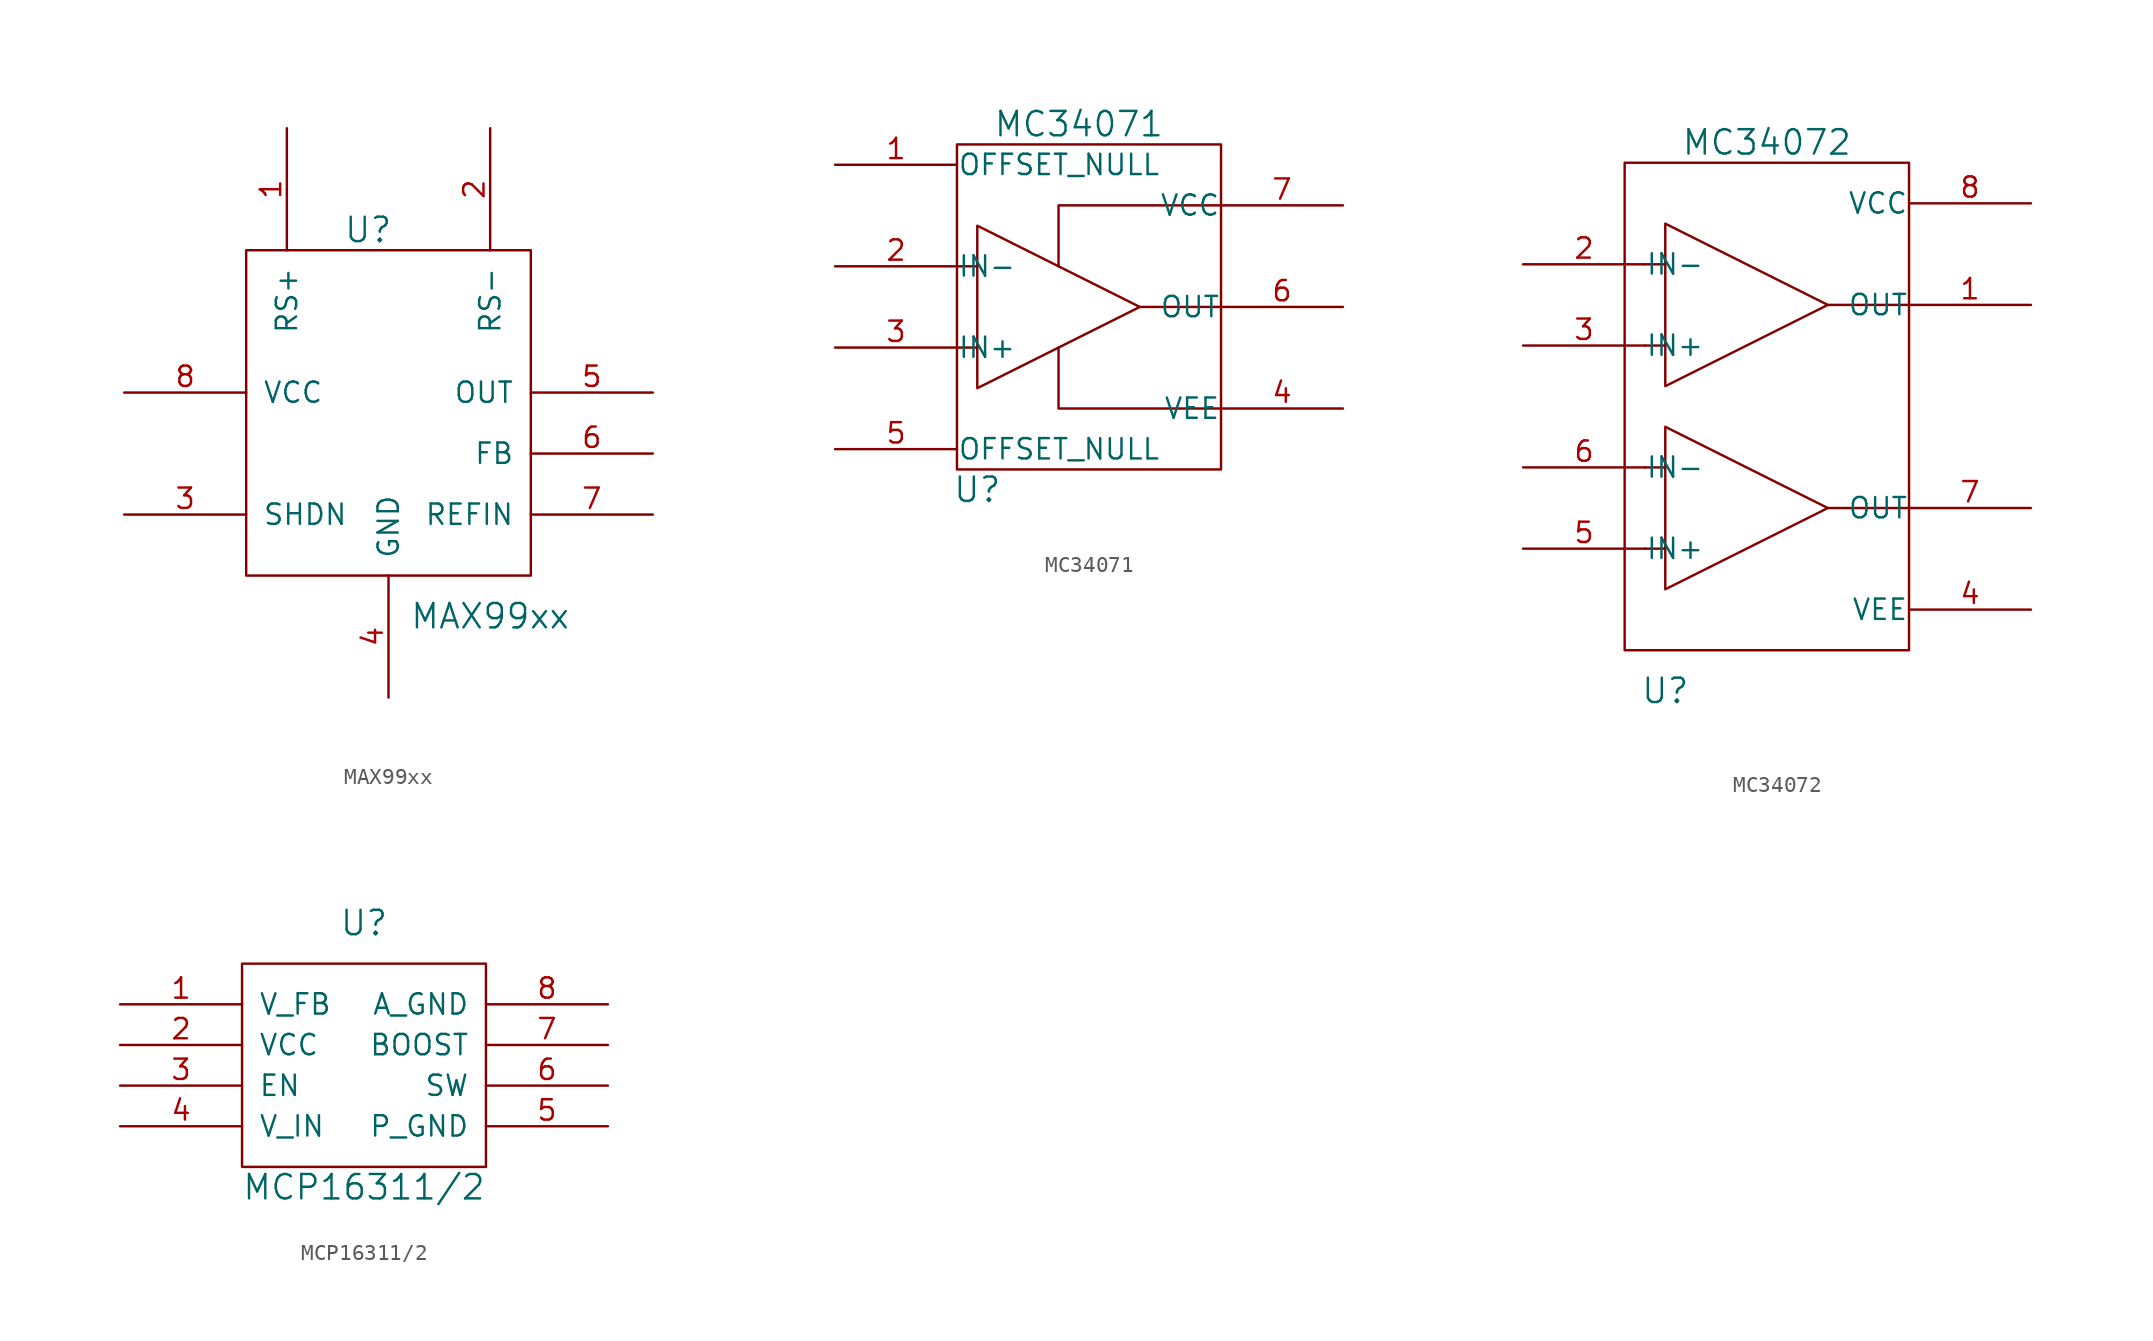
<source format=kicad_sym>
(kicad_symbol_lib
  (version 20220914)
  (generator kicad_symbol_editor)
  (symbol "MAX99xx"
    (pin_names
      (offset 1.016))
    (property "Reference" "U"
      (at -1.27 11.43 0)
      (effects (font (size 1.524 1.524))))
    (property "Value" "MAX99xx"
      (at 6.35 -12.7 0)
      (effects (font (size 1.524 1.524))))
    (property "Footprint" ""
      (at 0 0 0)
      (effects (font (size 1.524 1.524))))
    (property "Datasheet" ""
      (at 0 0 0)
      (effects (font (size 1.524 1.524))))
    (symbol "MAX99xx_0_1"
      (rectangle (start -8.89 10.16) (end 8.89 -10.16) (stroke (width 0) (type solid)) (fill (type none))))
    (symbol "MAX99xx_1_1"
      (pin input line (at -6.35 17.78 270) (length 7.62) (name "RS+" (effects (font (size 1.27 1.27)))) (number "1" (effects (font (size 1.27 1.27)))))
      (pin input line (at 6.35 17.78 270) (length 7.62) (name "RS-" (effects (font (size 1.27 1.27)))) (number "2" (effects (font (size 1.27 1.27)))))
      (pin input line (at -16.51 -6.35 0) (length 7.62) (name "SHDN" (effects (font (size 1.27 1.27)))) (number "3" (effects (font (size 1.27 1.27)))))
      (pin power_in line (at 0 -17.78 90) (length 7.62) (name "GND" (effects (font (size 1.27 1.27)))) (number "4" (effects (font (size 1.27 1.27)))))
      (pin output line (at 16.51 1.27 180) (length 7.62) (name "OUT" (effects (font (size 1.27 1.27)))) (number "5" (effects (font (size 1.27 1.27)))))
      (pin input line (at 16.51 -2.54 180) (length 7.62) (name "FB" (effects (font (size 1.27 1.27)))) (number "6" (effects (font (size 1.27 1.27)))))
      (pin input line (at 16.51 -6.35 180) (length 7.62) (name "REFIN" (effects (font (size 1.27 1.27)))) (number "7" (effects (font (size 1.27 1.27)))))
      (pin power_in line (at -16.51 1.27 0) (length 7.62) (name "VCC" (effects (font (size 1.27 1.27)))) (number "8" (effects (font (size 1.27 1.27)))))))
  (symbol "MC34071"
    (pin_names
      (offset 0.025))
    (property "Reference" "U"
      (at -6.35 -11.43 0)
      (effects (font (size 1.524 1.524))))
    (property "Value" "MC34071"
      (at 0 11.43 0)
      (effects (font (size 1.524 1.524))))
    (property "Datasheet" ""
      (at 0 0 0)
      (effects (font (size 1.524 1.524))))
    (symbol "MC34071_0_1"
      (rectangle (start -7.62 10.16) (end 8.89 -10.16) (stroke (width 0) (type solid)) (fill (type none)))
      (polyline (pts (xy -7.62 -2.54) (xy -6.35 -2.54) (xy -6.35 -2.54)) (stroke (width 0) (type solid)) (fill (type none)))
      (polyline (pts (xy -7.62 2.54) (xy -6.35 2.54) (xy -6.35 2.54)) (stroke (width 0) (type solid)) (fill (type none)))
      (polyline (pts (xy 3.81 0) (xy 8.89 0) (xy 8.89 0)) (stroke (width 0) (type solid)) (fill (type none)))
      (polyline (pts (xy 8.89 -6.35) (xy -1.27 -6.35) (xy -1.27 -2.54) (xy -1.27 -2.54)) (stroke (width 0) (type solid)) (fill (type none)))
      (polyline (pts (xy 8.89 6.35) (xy -1.27 6.35) (xy -1.27 2.54) (xy -1.27 2.54) (xy -1.27 2.54)) (stroke (width 0) (type solid)) (fill (type none))))
    (symbol "MC34071_1_1"
      (polyline (pts (xy -6.35 5.08) (xy -6.35 -5.08) (xy 3.81 0) (xy -6.35 5.08) (xy -3.81 3.81)) (stroke (width 0) (type solid)) (fill (type none)))
      (pin output line (at -15.24 8.89 0) (length 7.62) (name "OFFSET_NULL" (effects (font (size 1.27 1.27)))) (number "1" (effects (font (size 1.27 1.27)))))
      (pin input line (at -15.24 2.54 0) (length 7.62) (name "IN-" (effects (font (size 1.27 1.27)))) (number "2" (effects (font (size 1.27 1.27)))))
      (pin input line (at -15.24 -2.54 0) (length 7.62) (name "IN+" (effects (font (size 1.27 1.27)))) (number "3" (effects (font (size 1.27 1.27)))))
      (pin input line (at 16.51 -6.35 180) (length 7.62) (name "VEE" (effects (font (size 1.27 1.27)))) (number "4" (effects (font (size 1.27 1.27)))))
      (pin output line (at -15.24 -8.89 0) (length 7.62) (name "OFFSET_NULL" (effects (font (size 1.27 1.27)))) (number "5" (effects (font (size 1.27 1.27)))))
      (pin output line (at 16.51 0 180) (length 7.62) (name "OUT" (effects (font (size 1.27 1.27)))) (number "6" (effects (font (size 1.27 1.27)))))
      (pin input line (at 16.51 6.35 180) (length 7.62) (name "VCC" (effects (font (size 1.27 1.27)))) (number "7" (effects (font (size 1.27 1.27)))))))
  (symbol "MC34072"
    (pin_names
      (offset 0.025))
    (property "Reference" "U"
      (at -6.35 -17.78 0)
      (effects (font (size 1.524 1.524))))
    (property "Value" "MC34072"
      (at 0 16.51 0)
      (effects (font (size 1.524 1.524))))
    (property "Datasheet" ""
      (at 0 -6.35 0)
      (effects (font (size 1.524 1.524))))
    (symbol "MC34072_0_1"
      (rectangle (start -8.89 15.24) (end 8.89 -15.24) (stroke (width 0) (type solid)) (fill (type none)))
      (polyline (pts (xy -7.62 -8.89) (xy -6.35 -8.89) (xy -6.35 -8.89)) (stroke (width 0) (type solid)) (fill (type none)))
      (polyline (pts (xy -7.62 -3.81) (xy -6.35 -3.81) (xy -6.35 -3.81)) (stroke (width 0) (type solid)) (fill (type none)))
      (polyline (pts (xy -7.62 3.81) (xy -6.35 3.81) (xy -6.35 3.81)) (stroke (width 0) (type solid)) (fill (type none)))
      (polyline (pts (xy -7.62 8.89) (xy -6.35 8.89) (xy -6.35 8.89)) (stroke (width 0) (type solid)) (fill (type none)))
      (polyline (pts (xy 3.81 -6.35) (xy 8.89 -6.35) (xy 8.89 -6.35)) (stroke (width 0) (type solid)) (fill (type none)))
      (polyline (pts (xy 3.81 6.35) (xy 8.89 6.35) (xy 8.89 6.35)) (stroke (width 0) (type solid)) (fill (type none))))
    (symbol "MC34072_1_1"
      (polyline (pts (xy -6.35 -1.27) (xy -6.35 -11.43) (xy 3.81 -6.35) (xy -6.35 -1.27) (xy -3.81 -2.54)) (stroke (width 0) (type solid)) (fill (type none)))
      (polyline (pts (xy -6.35 11.43) (xy -6.35 1.27) (xy 3.81 6.35) (xy -6.35 11.43) (xy -3.81 10.16)) (stroke (width 0) (type solid)) (fill (type none)))
      (pin output line (at 16.51 6.35 180) (length 7.62) (name "OUT" (effects (font (size 1.27 1.27)))) (number "1" (effects (font (size 1.27 1.27)))))
      (pin input line (at -15.24 8.89 0) (length 7.62) (name "IN-" (effects (font (size 1.27 1.27)))) (number "2" (effects (font (size 1.27 1.27)))))
      (pin input line (at -15.24 3.81 0) (length 7.62) (name "IN+" (effects (font (size 1.27 1.27)))) (number "3" (effects (font (size 1.27 1.27)))))
      (pin power_in line (at 16.51 -12.7 180) (length 7.62) (name "VEE" (effects (font (size 1.27 1.27)))) (number "4" (effects (font (size 1.27 1.27)))))
      (pin input line (at -15.24 -8.89 0) (length 7.62) (name "IN+" (effects (font (size 1.27 1.27)))) (number "5" (effects (font (size 1.27 1.27)))))
      (pin input line (at -15.24 -3.81 0) (length 7.62) (name "IN-" (effects (font (size 1.27 1.27)))) (number "6" (effects (font (size 1.27 1.27)))))
      (pin output line (at 16.51 -6.35 180) (length 7.62) (name "OUT" (effects (font (size 1.27 1.27)))) (number "7" (effects (font (size 1.27 1.27)))))
      (pin power_in line (at 16.51 12.7 180) (length 7.62) (name "VCC" (effects (font (size 1.27 1.27)))) (number "8" (effects (font (size 1.27 1.27)))))))
  (symbol "MCP16311/2"
    (pin_names
      (offset 1.016))
    (property "Reference" "U"
      (at 0 8.89 0)
      (effects (font (size 1.524 1.524))))
    (property "Value" "MCP16311/2"
      (at 0 -7.62 0)
      (effects (font (size 1.524 1.524))))
    (property "Footprint" ""
      (at 1.27 0 0)
      (effects (font (size 1.524 1.524))))
    (property "Datasheet" ""
      (at 1.27 0 0)
      (effects (font (size 1.524 1.524))))
    (symbol "MCP16311/2_0_1"
      (rectangle (start -7.62 6.35) (end 7.62 -6.35) (stroke (width 0) (type solid)) (fill (type none))))
    (symbol "MCP16311/2_1_1"
      (pin input line (at -15.24 3.81 0) (length 7.62) (name "V_FB" (effects (font (size 1.27 1.27)))) (number "1" (effects (font (size 1.27 1.27)))))
      (pin input line (at -15.24 1.27 0) (length 7.62) (name "VCC" (effects (font (size 1.27 1.27)))) (number "2" (effects (font (size 1.27 1.27)))))
      (pin input line (at -15.24 -1.27 0) (length 7.62) (name "EN" (effects (font (size 1.27 1.27)))) (number "3" (effects (font (size 1.27 1.27)))))
      (pin input line (at -15.24 -3.81 0) (length 7.62) (name "V_IN" (effects (font (size 1.27 1.27)))) (number "4" (effects (font (size 1.27 1.27)))))
      (pin input line (at 15.24 -3.81 180) (length 7.62) (name "P_GND" (effects (font (size 1.27 1.27)))) (number "5" (effects (font (size 1.27 1.27)))))
      (pin input line (at 15.24 -1.27 180) (length 7.62) (name "SW" (effects (font (size 1.27 1.27)))) (number "6" (effects (font (size 1.27 1.27)))))
      (pin input line (at 15.24 1.27 180) (length 7.62) (name "BOOST" (effects (font (size 1.27 1.27)))) (number "7" (effects (font (size 1.27 1.27)))))
      (pin input line (at 15.24 3.81 180) (length 7.62) (name "A_GND" (effects (font (size 1.27 1.27)))) (number "8" (effects (font (size 1.27 1.27))))))))
</source>
